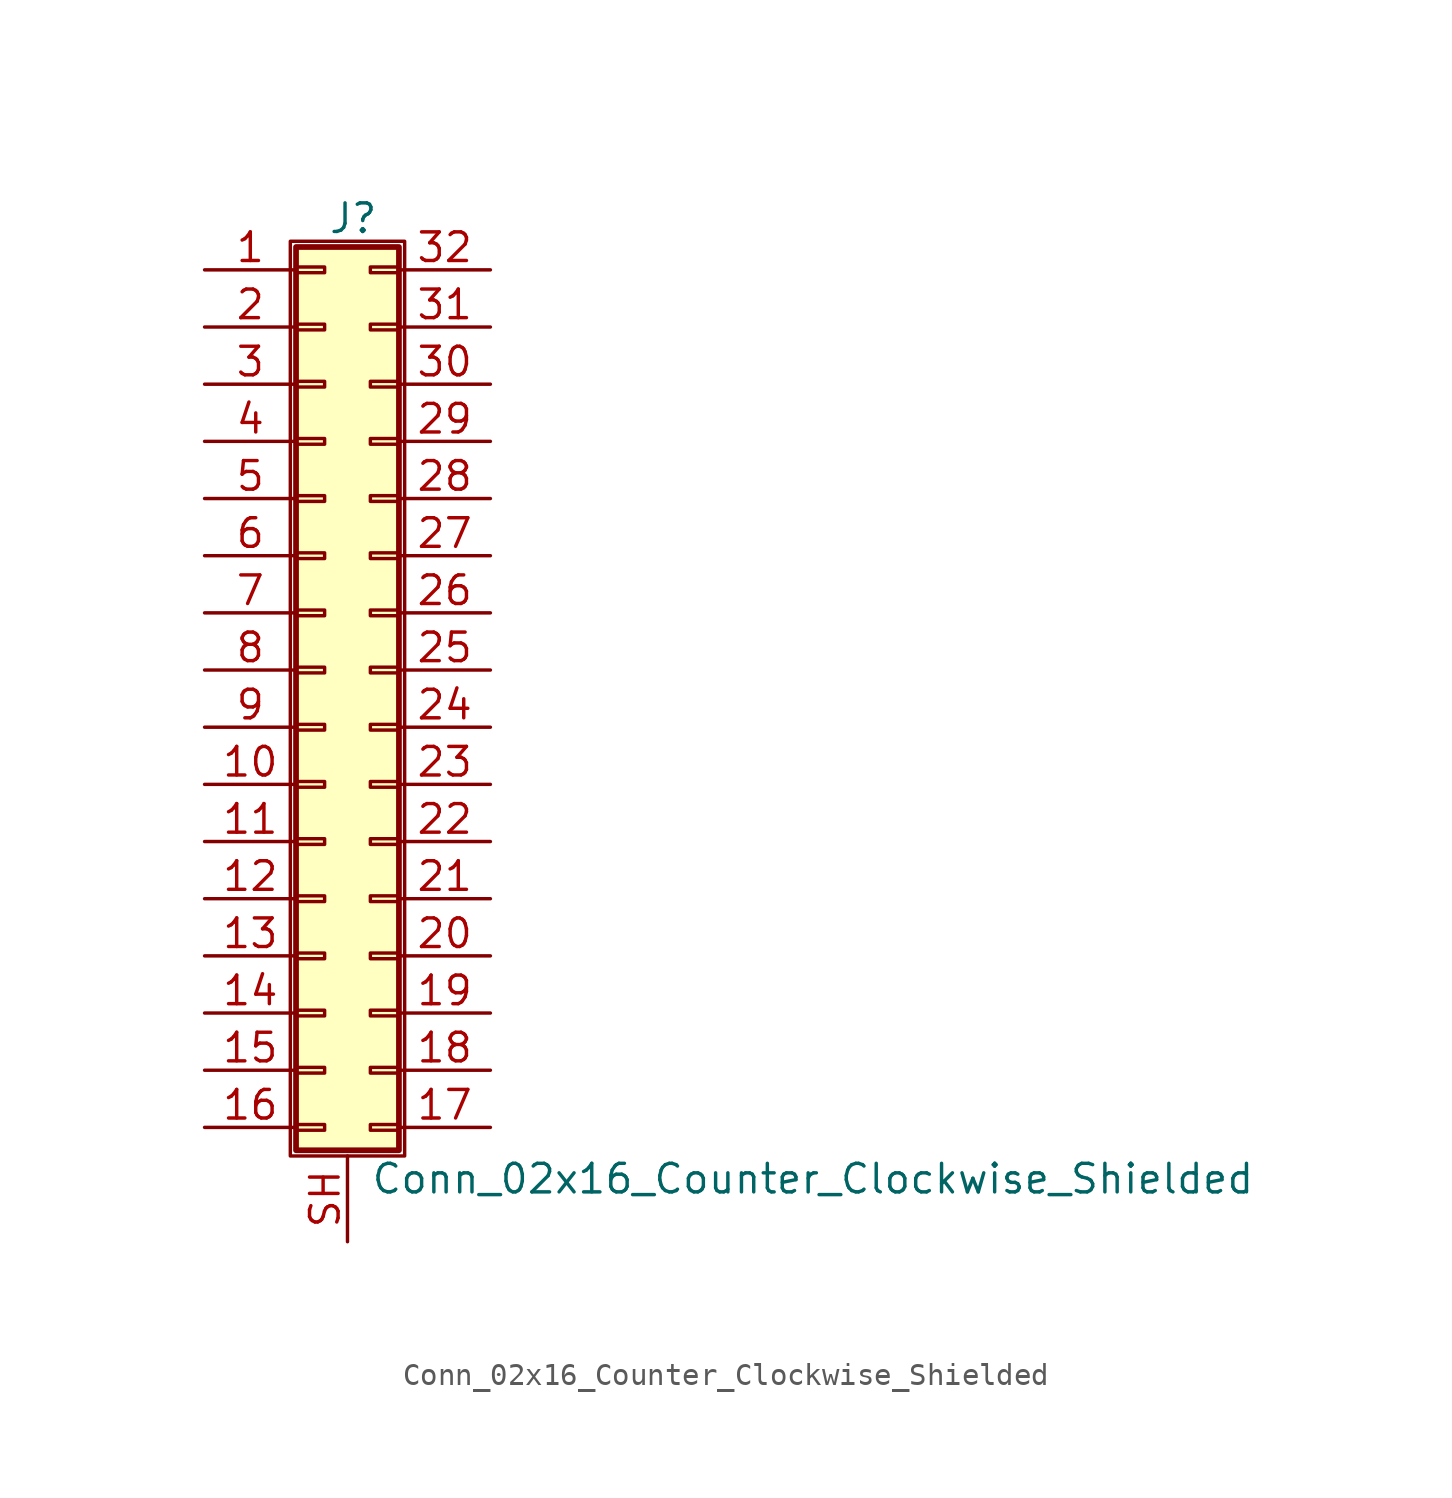
<source format=kicad_sym>
(kicad_symbol_lib
  (version 20211014)
  (generator kicad_symbol_editor)
  (symbol "Conn_02x16_Counter_Clockwise_Shielded"
    (pin_names
      (offset 1.016) hide)
    (property "Reference" "J"
      (at 1.524 20.066 0)
      (effects (font (size 1.27 1.27))))
    (property "Value" "Conn_02x16_Counter_Clockwise_Shielded"
      (at 2.286 -22.606 0)
      (effects (font (size 1.27 1.27)) (justify left)))
    (symbol "Conn_02x16_Counter_Clockwise_Shielded_1_1"
      (rectangle (start -1.27 19.05) (end 3.81 -21.59) (stroke (width 0.152) (type default) (color 0 0 0 0)) (fill (type none)))
      (rectangle (start -1.016 -20.193) (end 0.254 -20.447) (stroke (width 0.152) (type default) (color 0 0 0 0)) (fill (type none)))
      (rectangle (start -1.016 -17.653) (end 0.254 -17.907) (stroke (width 0.152) (type default) (color 0 0 0 0)) (fill (type none)))
      (rectangle (start -1.016 -15.113) (end 0.254 -15.367) (stroke (width 0.152) (type default) (color 0 0 0 0)) (fill (type none)))
      (rectangle (start -1.016 -12.573) (end 0.254 -12.827) (stroke (width 0.152) (type default) (color 0 0 0 0)) (fill (type none)))
      (rectangle (start -1.016 -10.033) (end 0.254 -10.287) (stroke (width 0.152) (type default) (color 0 0 0 0)) (fill (type none)))
      (rectangle (start -1.016 -7.493) (end 0.254 -7.747) (stroke (width 0.152) (type default) (color 0 0 0 0)) (fill (type none)))
      (rectangle (start -1.016 -4.953) (end 0.254 -5.207) (stroke (width 0.152) (type default) (color 0 0 0 0)) (fill (type none)))
      (rectangle (start -1.016 -2.413) (end 0.254 -2.667) (stroke (width 0.152) (type default) (color 0 0 0 0)) (fill (type none)))
      (rectangle (start -1.016 0.127) (end 0.254 -0.127) (stroke (width 0.152) (type default) (color 0 0 0 0)) (fill (type none)))
      (rectangle (start -1.016 2.667) (end 0.254 2.413) (stroke (width 0.152) (type default) (color 0 0 0 0)) (fill (type none)))
      (rectangle (start -1.016 5.207) (end 0.254 4.953) (stroke (width 0.152) (type default) (color 0 0 0 0)) (fill (type none)))
      (rectangle (start -1.016 7.747) (end 0.254 7.493) (stroke (width 0.152) (type default) (color 0 0 0 0)) (fill (type none)))
      (rectangle (start -1.016 10.287) (end 0.254 10.033) (stroke (width 0.152) (type default) (color 0 0 0 0)) (fill (type none)))
      (rectangle (start -1.016 12.827) (end 0.254 12.573) (stroke (width 0.152) (type default) (color 0 0 0 0)) (fill (type none)))
      (rectangle (start -1.016 15.367) (end 0.254 15.113) (stroke (width 0.152) (type default) (color 0 0 0 0)) (fill (type none)))
      (rectangle (start -1.016 17.907) (end 0.254 17.653) (stroke (width 0.152) (type default) (color 0 0 0 0)) (fill (type none)))
      (rectangle (start -1.016 18.796) (end 3.556 -21.336) (stroke (width 0.254) (type default) (color 0 0 0 0)) (fill (type background)))
      (rectangle (start 3.556 -20.193) (end 2.286 -20.447) (stroke (width 0.152) (type default) (color 0 0 0 0)) (fill (type none)))
      (rectangle (start 3.556 -17.653) (end 2.286 -17.907) (stroke (width 0.152) (type default) (color 0 0 0 0)) (fill (type none)))
      (rectangle (start 3.556 -15.113) (end 2.286 -15.367) (stroke (width 0.152) (type default) (color 0 0 0 0)) (fill (type none)))
      (rectangle (start 3.556 -12.573) (end 2.286 -12.827) (stroke (width 0.152) (type default) (color 0 0 0 0)) (fill (type none)))
      (rectangle (start 3.556 -10.033) (end 2.286 -10.287) (stroke (width 0.152) (type default) (color 0 0 0 0)) (fill (type none)))
      (rectangle (start 3.556 -7.493) (end 2.286 -7.747) (stroke (width 0.152) (type default) (color 0 0 0 0)) (fill (type none)))
      (rectangle (start 3.556 -4.953) (end 2.286 -5.207) (stroke (width 0.152) (type default) (color 0 0 0 0)) (fill (type none)))
      (rectangle (start 3.556 -2.413) (end 2.286 -2.667) (stroke (width 0.152) (type default) (color 0 0 0 0)) (fill (type none)))
      (rectangle (start 3.556 0.127) (end 2.286 -0.127) (stroke (width 0.152) (type default) (color 0 0 0 0)) (fill (type none)))
      (rectangle (start 3.556 2.667) (end 2.286 2.413) (stroke (width 0.152) (type default) (color 0 0 0 0)) (fill (type none)))
      (rectangle (start 3.556 5.207) (end 2.286 4.953) (stroke (width 0.152) (type default) (color 0 0 0 0)) (fill (type none)))
      (rectangle (start 3.556 7.747) (end 2.286 7.493) (stroke (width 0.152) (type default) (color 0 0 0 0)) (fill (type none)))
      (rectangle (start 3.556 10.287) (end 2.286 10.033) (stroke (width 0.152) (type default) (color 0 0 0 0)) (fill (type none)))
      (rectangle (start 3.556 12.827) (end 2.286 12.573) (stroke (width 0.152) (type default) (color 0 0 0 0)) (fill (type none)))
      (rectangle (start 3.556 15.367) (end 2.286 15.113) (stroke (width 0.152) (type default) (color 0 0 0 0)) (fill (type none)))
      (rectangle (start 3.556 17.907) (end 2.286 17.653) (stroke (width 0.152) (type default) (color 0 0 0 0)) (fill (type none)))
      (pin passive line (at -5.08 17.78 0) (length 4.064) (name "Pin_1" (effects (font (size 1.27 1.27)))) (number "1" (effects (font (size 1.27 1.27)))))
      (pin passive line (at -5.08 -5.08 0) (length 4.064) (name "Pin_10" (effects (font (size 1.27 1.27)))) (number "10" (effects (font (size 1.27 1.27)))))
      (pin passive line (at -5.08 -7.62 0) (length 4.064) (name "Pin_11" (effects (font (size 1.27 1.27)))) (number "11" (effects (font (size 1.27 1.27)))))
      (pin passive line (at -5.08 -10.16 0) (length 4.064) (name "Pin_12" (effects (font (size 1.27 1.27)))) (number "12" (effects (font (size 1.27 1.27)))))
      (pin passive line (at -5.08 -12.7 0) (length 4.064) (name "Pin_13" (effects (font (size 1.27 1.27)))) (number "13" (effects (font (size 1.27 1.27)))))
      (pin passive line (at -5.08 -15.24 0) (length 4.064) (name "Pin_14" (effects (font (size 1.27 1.27)))) (number "14" (effects (font (size 1.27 1.27)))))
      (pin passive line (at -5.08 -17.78 0) (length 4.064) (name "Pin_15" (effects (font (size 1.27 1.27)))) (number "15" (effects (font (size 1.27 1.27)))))
      (pin passive line (at -5.08 -20.32 0) (length 4.064) (name "Pin_16" (effects (font (size 1.27 1.27)))) (number "16" (effects (font (size 1.27 1.27)))))
      (pin passive line (at 7.62 -20.32 180) (length 4.064) (name "Pin_17" (effects (font (size 1.27 1.27)))) (number "17" (effects (font (size 1.27 1.27)))))
      (pin passive line (at 7.62 -17.78 180) (length 4.064) (name "Pin_18" (effects (font (size 1.27 1.27)))) (number "18" (effects (font (size 1.27 1.27)))))
      (pin passive line (at 7.62 -15.24 180) (length 4.064) (name "Pin_19" (effects (font (size 1.27 1.27)))) (number "19" (effects (font (size 1.27 1.27)))))
      (pin passive line (at -5.08 15.24 0) (length 4.064) (name "Pin_2" (effects (font (size 1.27 1.27)))) (number "2" (effects (font (size 1.27 1.27)))))
      (pin passive line (at 7.62 -12.7 180) (length 4.064) (name "Pin_20" (effects (font (size 1.27 1.27)))) (number "20" (effects (font (size 1.27 1.27)))))
      (pin passive line (at 7.62 -10.16 180) (length 4.064) (name "Pin_21" (effects (font (size 1.27 1.27)))) (number "21" (effects (font (size 1.27 1.27)))))
      (pin passive line (at 7.62 -7.62 180) (length 4.064) (name "Pin_22" (effects (font (size 1.27 1.27)))) (number "22" (effects (font (size 1.27 1.27)))))
      (pin passive line (at 7.62 -5.08 180) (length 4.064) (name "Pin_23" (effects (font (size 1.27 1.27)))) (number "23" (effects (font (size 1.27 1.27)))))
      (pin passive line (at 7.62 -2.54 180) (length 4.064) (name "Pin_24" (effects (font (size 1.27 1.27)))) (number "24" (effects (font (size 1.27 1.27)))))
      (pin passive line (at 7.62 0 180) (length 4.064) (name "Pin_25" (effects (font (size 1.27 1.27)))) (number "25" (effects (font (size 1.27 1.27)))))
      (pin passive line (at 7.62 2.54 180) (length 4.064) (name "Pin_26" (effects (font (size 1.27 1.27)))) (number "26" (effects (font (size 1.27 1.27)))))
      (pin passive line (at 7.62 5.08 180) (length 4.064) (name "Pin_27" (effects (font (size 1.27 1.27)))) (number "27" (effects (font (size 1.27 1.27)))))
      (pin passive line (at 7.62 7.62 180) (length 4.064) (name "Pin_28" (effects (font (size 1.27 1.27)))) (number "28" (effects (font (size 1.27 1.27)))))
      (pin passive line (at 7.62 10.16 180) (length 4.064) (name "Pin_29" (effects (font (size 1.27 1.27)))) (number "29" (effects (font (size 1.27 1.27)))))
      (pin passive line (at -5.08 12.7 0) (length 4.064) (name "Pin_3" (effects (font (size 1.27 1.27)))) (number "3" (effects (font (size 1.27 1.27)))))
      (pin passive line (at 7.62 12.7 180) (length 4.064) (name "Pin_30" (effects (font (size 1.27 1.27)))) (number "30" (effects (font (size 1.27 1.27)))))
      (pin passive line (at 7.62 15.24 180) (length 4.064) (name "Pin_31" (effects (font (size 1.27 1.27)))) (number "31" (effects (font (size 1.27 1.27)))))
      (pin passive line (at 7.62 17.78 180) (length 4.064) (name "Pin_32" (effects (font (size 1.27 1.27)))) (number "32" (effects (font (size 1.27 1.27)))))
      (pin passive line (at -5.08 10.16 0) (length 4.064) (name "Pin_4" (effects (font (size 1.27 1.27)))) (number "4" (effects (font (size 1.27 1.27)))))
      (pin passive line (at -5.08 7.62 0) (length 4.064) (name "Pin_5" (effects (font (size 1.27 1.27)))) (number "5" (effects (font (size 1.27 1.27)))))
      (pin passive line (at -5.08 5.08 0) (length 4.064) (name "Pin_6" (effects (font (size 1.27 1.27)))) (number "6" (effects (font (size 1.27 1.27)))))
      (pin passive line (at -5.08 2.54 0) (length 4.064) (name "Pin_7" (effects (font (size 1.27 1.27)))) (number "7" (effects (font (size 1.27 1.27)))))
      (pin passive line (at -5.08 0 0) (length 4.064) (name "Pin_8" (effects (font (size 1.27 1.27)))) (number "8" (effects (font (size 1.27 1.27)))))
      (pin passive line (at -5.08 -2.54 0) (length 4.064) (name "Pin_9" (effects (font (size 1.27 1.27)))) (number "9" (effects (font (size 1.27 1.27)))))
      (pin passive line (at 1.27 -25.4 90) (length 3.81) (name "Shield" (effects (font (size 1.27 1.27)))) (number "SH" (effects (font (size 1.27 1.27))))))))
</source>
